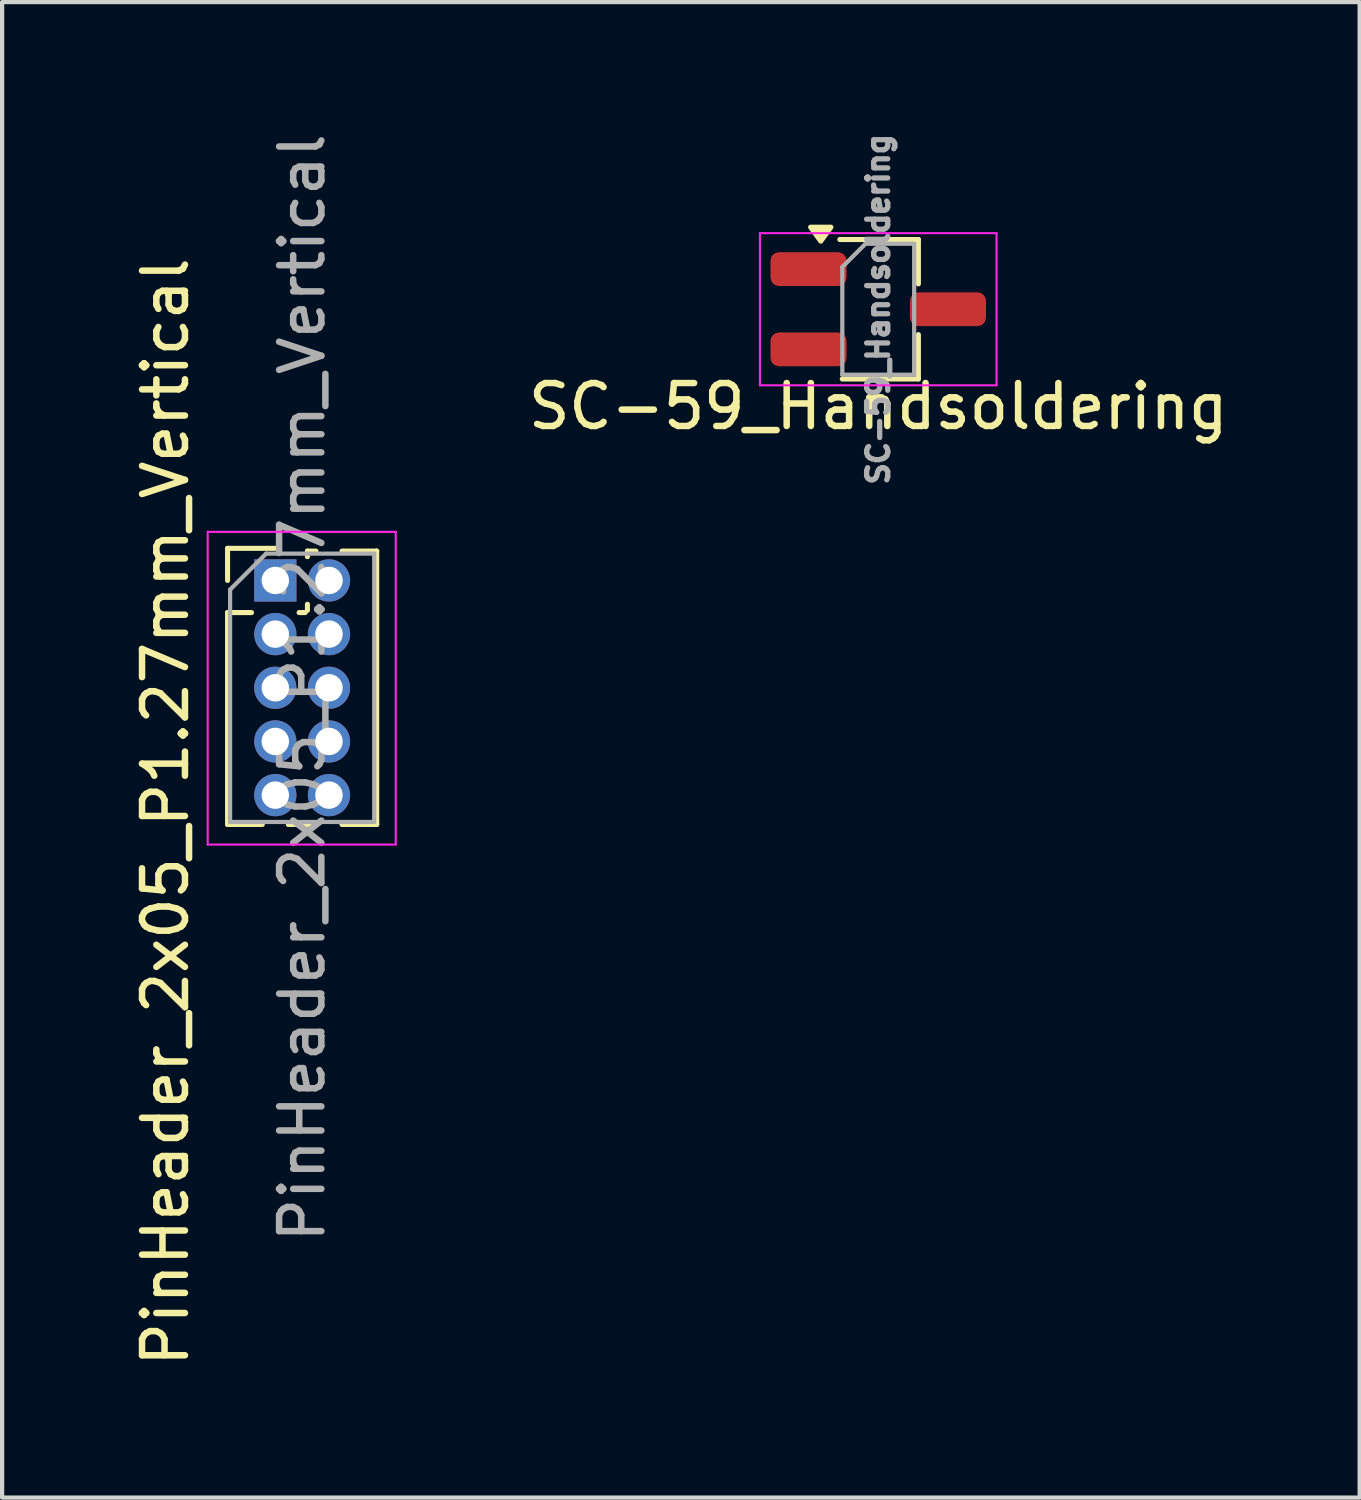
<source format=kicad_pcb>
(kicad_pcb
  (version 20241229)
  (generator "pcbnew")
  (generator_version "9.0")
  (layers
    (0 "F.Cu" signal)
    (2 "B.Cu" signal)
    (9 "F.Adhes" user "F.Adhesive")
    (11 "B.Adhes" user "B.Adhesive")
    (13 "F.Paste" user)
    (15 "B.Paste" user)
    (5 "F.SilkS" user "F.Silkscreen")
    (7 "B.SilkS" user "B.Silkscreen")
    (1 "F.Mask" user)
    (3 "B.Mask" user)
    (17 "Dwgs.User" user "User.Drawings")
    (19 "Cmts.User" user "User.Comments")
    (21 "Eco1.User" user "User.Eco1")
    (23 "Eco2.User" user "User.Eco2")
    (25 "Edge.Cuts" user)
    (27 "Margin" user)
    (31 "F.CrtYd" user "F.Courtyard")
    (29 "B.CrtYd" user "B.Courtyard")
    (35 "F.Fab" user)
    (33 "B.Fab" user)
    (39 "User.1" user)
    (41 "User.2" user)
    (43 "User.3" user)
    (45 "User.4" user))
  (footprint "SC-59_Handsoldering"
    (layer "F.Cu")
    (at 17.733 4.268)
    (property "Reference" "SC-59_Handsoldering" (at 0 2.3 180) (layer "F.SilkS") (effects (font (size 1.016 1) (thickness 0.154))))
    (attr smd)
    (fp_line (start -0.91 -1.65) (end 0.95 -1.65) (stroke (width 0.12) (type solid)) (layer "F.SilkS"))
    (fp_line (start -0.85 1.65) (end 0.95 1.65) (stroke (width 0.12) (type solid)) (layer "F.SilkS"))
    (fp_line (start 0.95 -1.65) (end 0.95 -0.6) (stroke (width 0.12) (type solid)) (layer "F.SilkS"))
    (fp_line (start 0.95 1.65) (end 0.95 0.6) (stroke (width 0.12) (type solid)) (layer "F.SilkS"))
    (fp_poly (pts (xy -1.36 -1.612) (xy -1.12 -1.942) (xy -1.6 -1.942) (xy -1.36 -1.612)) (stroke (width 0.12) (type solid)) (fill yes) (layer "F.SilkS"))
    (fp_line (start -2.8 -1.8) (end -2.8 1.8) (stroke (width 0.05) (type solid)) (layer "F.CrtYd"))
    (fp_line (start -2.8 -1.8) (end 2.8 -1.8) (stroke (width 0.05) (type solid)) (layer "F.CrtYd"))
    (fp_line (start 2.8 1.8) (end -2.8 1.8) (stroke (width 0.05) (type solid)) (layer "F.CrtYd"))
    (fp_line (start 2.8 1.8) (end 2.8 -1.8) (stroke (width 0.05) (type solid)) (layer "F.CrtYd"))
    (fp_line (start -0.85 1.55) (end -0.85 -1) (stroke (width 0.1) (type solid)) (layer "F.Fab"))
    (fp_line (start -0.85 1.55) (end 0.85 1.55) (stroke (width 0.1) (type solid)) (layer "F.Fab"))
    (fp_line (start -0.3 -1.55) (end -0.85 -1) (stroke (width 0.1) (type solid)) (layer "F.Fab"))
    (fp_line (start -0.3 -1.55) (end 0.85 -1.55) (stroke (width 0.1) (type solid)) (layer "F.Fab"))
    (fp_line (start 0.85 -1.52) (end 0.85 1.52) (stroke (width 0.1) (type solid)) (layer "F.Fab"))
    (fp_text user "${REFERENCE}" (at 0 0 270) (layer "F.Fab") (effects (font (size 0.5 0.5) (thickness 0.154))))
    (pad "1" smd roundrect (at -1.65 -0.95) (size 1.8 0.8) (layers "F.Cu" "F.Mask" "F.Paste") (roundrect_rratio 0.25))
    (pad "2" smd roundrect (at -1.65 0.95) (size 1.8 0.8) (layers "F.Cu" "F.Mask" "F.Paste") (roundrect_rratio 0.25))
    (pad "3" smd roundrect (at 1.65 0) (size 1.8 0.8) (layers "F.Cu" "F.Mask" "F.Paste") (roundrect_rratio 0.25)))
  (footprint "PinHeader_2x05_P1.27mm_Vertical"
    (layer "F.Cu")
    (at 3.465 10.686)
    (property "Reference" "PinHeader_2x05_P1.27mm_Vertical" (at -2.6 5.478 270) (layer "F.SilkS") (effects (font (size 1.016 1) (thickness 0.154))))
    (attr through_hole)
    (fp_line (start -1.13 -0.76) (end 0 -0.76) (stroke (width 0.12) (type solid)) (layer "F.SilkS"))
    (fp_line (start -1.13 0) (end -1.13 -0.76) (stroke (width 0.12) (type solid)) (layer "F.SilkS"))
    (fp_line (start -1.13 0.76) (end -1.13 5.775) (stroke (width 0.12) (type solid)) (layer "F.SilkS"))
    (fp_line (start -1.13 0.76) (end -0.563 0.76) (stroke (width 0.12) (type solid)) (layer "F.SilkS"))
    (fp_line (start -1.13 5.775) (end -0.308 5.775) (stroke (width 0.12) (type solid)) (layer "F.SilkS"))
    (fp_line (start 0.308 5.775) (end 0.962 5.775) (stroke (width 0.12) (type solid)) (layer "F.SilkS"))
    (fp_line (start 0.563 0.76) (end 0.707 0.76) (stroke (width 0.12) (type solid)) (layer "F.SilkS"))
    (fp_line (start 0.76 -0.695) (end 0.962 -0.695) (stroke (width 0.12) (type solid)) (layer "F.SilkS"))
    (fp_line (start 0.76 -0.563) (end 0.76 -0.695) (stroke (width 0.12) (type solid)) (layer "F.SilkS"))
    (fp_line (start 0.76 0.707) (end 0.76 0.563) (stroke (width 0.12) (type solid)) (layer "F.SilkS"))
    (fp_line (start 1.578 -0.695) (end 2.4 -0.695) (stroke (width 0.12) (type solid)) (layer "F.SilkS"))
    (fp_line (start 1.578 5.775) (end 2.4 5.775) (stroke (width 0.12) (type solid)) (layer "F.SilkS"))
    (fp_line (start 2.4 -0.695) (end 2.4 5.775) (stroke (width 0.12) (type solid)) (layer "F.SilkS"))
    (fp_line (start -1.6 -1.15) (end -1.6 6.25) (stroke (width 0.05) (type solid)) (layer "F.CrtYd"))
    (fp_line (start -1.6 6.25) (end 2.85 6.25) (stroke (width 0.05) (type solid)) (layer "F.CrtYd"))
    (fp_line (start 2.85 -1.15) (end -1.6 -1.15) (stroke (width 0.05) (type solid)) (layer "F.CrtYd"))
    (fp_line (start 2.85 6.25) (end 2.85 -1.15) (stroke (width 0.05) (type solid)) (layer "F.CrtYd"))
    (fp_line (start -1.07 0.217) (end -0.217 -0.635) (stroke (width 0.1) (type solid)) (layer "F.Fab"))
    (fp_line (start -1.07 5.715) (end -1.07 0.217) (stroke (width 0.1) (type solid)) (layer "F.Fab"))
    (fp_line (start -0.217 -0.635) (end 2.34 -0.635) (stroke (width 0.1) (type solid)) (layer "F.Fab"))
    (fp_line (start 2.34 -0.635) (end 2.34 5.715) (stroke (width 0.1) (type solid)) (layer "F.Fab"))
    (fp_line (start 2.34 5.715) (end -1.07 5.715) (stroke (width 0.1) (type solid)) (layer "F.Fab"))
    (fp_text user "${REFERENCE}" (at 0.635 2.54 90) (layer "F.Fab") (effects (font (size 1 1) (thickness 0.154))))
    (pad "1" thru_hole rect (at 0 0) (size 1 1) (drill 0.65) (layers "*.Cu" "*.Mask"))
    (pad "2" thru_hole oval (at 1.27 0) (size 1 1) (drill 0.65) (layers "*.Cu" "*.Mask"))
    (pad "3" thru_hole oval (at 0 1.27) (size 1 1) (drill 0.65) (layers "*.Cu" "*.Mask"))
    (pad "4" thru_hole oval (at 1.27 1.27) (size 1 1) (drill 0.65) (layers "*.Cu" "*.Mask"))
    (pad "5" thru_hole oval (at 0 2.54) (size 1 1) (drill 0.65) (layers "*.Cu" "*.Mask"))
    (pad "6" thru_hole oval (at 1.27 2.54) (size 1 1) (drill 0.65) (layers "*.Cu" "*.Mask"))
    (pad "7" thru_hole oval (at 0 3.81) (size 1 1) (drill 0.65) (layers "*.Cu" "*.Mask"))
    (pad "8" thru_hole oval (at 1.27 3.81) (size 1 1) (drill 0.65) (layers "*.Cu" "*.Mask"))
    (pad "9" thru_hole oval (at 0 5.08) (size 1 1) (drill 0.65) (layers "*.Cu" "*.Mask"))
    (pad "10" thru_hole oval (at 1.27 5.08) (size 1 1) (drill 0.65) (layers "*.Cu" "*.Mask")))
  (gr_rect
    (start -3 -3)
    (end 29.125 32.39)
    (stroke (width 0.1) (type default))
    (fill no)
    (layer "Edge.Cuts")))
</source>
